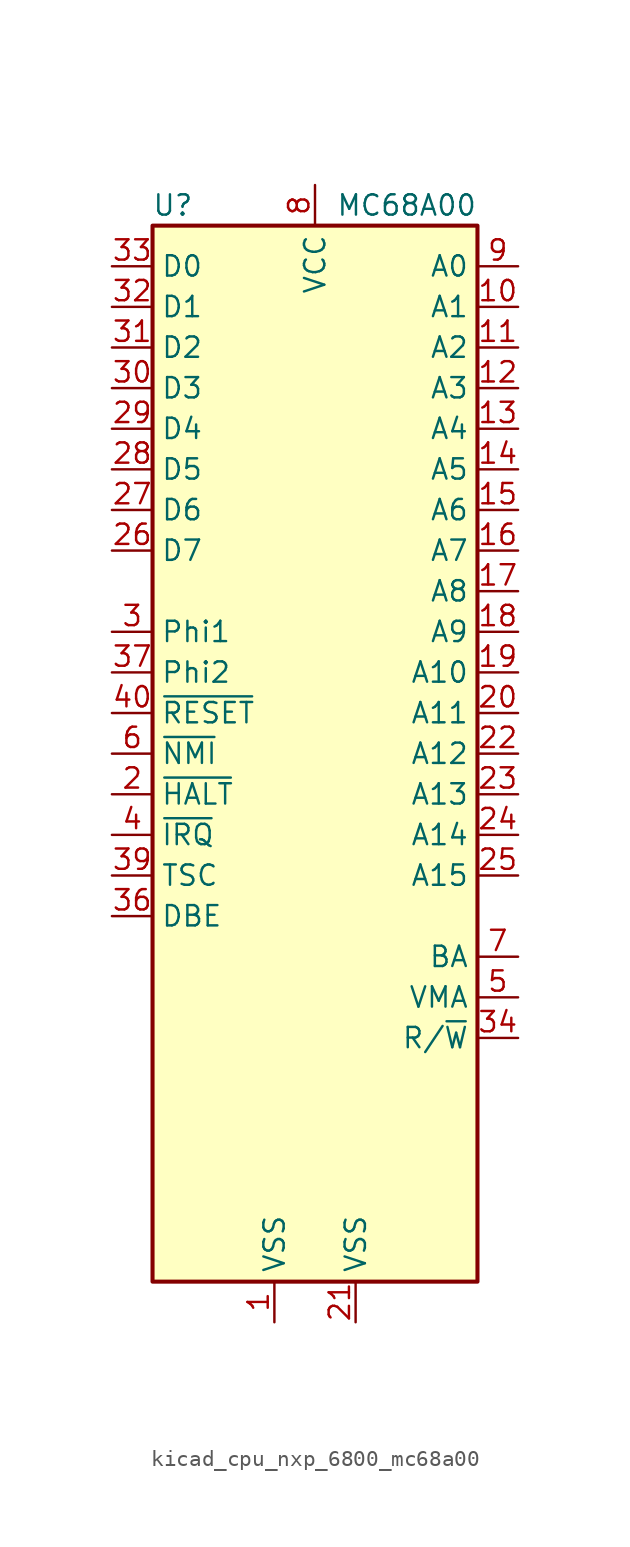
<source format=kicad_sym>
(kicad_symbol_lib
  (version 20220914)
  (generator kicad_symbol_editor)
  (symbol "kicad_cpu_nxp_6800_mc68a00"
    (property "Reference" "U"
      (at -8.89 34.29 0)
      (effects (font (size 1.27 1.27))))
    (property "Value" "MC68A00"
      (at 10.16 34.29 0)
      (effects (font (size 1.27 1.27)) (justify right)))
    (symbol "kicad_cpu_nxp_6800_mc68a00_0_1"
      (rectangle (start -10.16 -33.02) (end 10.16 33.02) (stroke (width 0.254) (type default)) (fill (type background))))
    (symbol "kicad_cpu_nxp_6800_mc68a00_1_1"
      (pin power_in line (at -2.54 -35.56 90) (length 2.54) (name "VSS" (effects (font (size 1.27 1.27)))) (number "1" (effects (font (size 1.27 1.27)))))
      (pin output line (at 12.7 27.94 180) (length 2.54) (name "A1" (effects (font (size 1.27 1.27)))) (number "10" (effects (font (size 1.27 1.27)))))
      (pin output line (at 12.7 25.4 180) (length 2.54) (name "A2" (effects (font (size 1.27 1.27)))) (number "11" (effects (font (size 1.27 1.27)))))
      (pin output line (at 12.7 22.86 180) (length 2.54) (name "A3" (effects (font (size 1.27 1.27)))) (number "12" (effects (font (size 1.27 1.27)))))
      (pin output line (at 12.7 20.32 180) (length 2.54) (name "A4" (effects (font (size 1.27 1.27)))) (number "13" (effects (font (size 1.27 1.27)))))
      (pin output line (at 12.7 17.78 180) (length 2.54) (name "A5" (effects (font (size 1.27 1.27)))) (number "14" (effects (font (size 1.27 1.27)))))
      (pin output line (at 12.7 15.24 180) (length 2.54) (name "A6" (effects (font (size 1.27 1.27)))) (number "15" (effects (font (size 1.27 1.27)))))
      (pin output line (at 12.7 12.7 180) (length 2.54) (name "A7" (effects (font (size 1.27 1.27)))) (number "16" (effects (font (size 1.27 1.27)))))
      (pin output line (at 12.7 10.16 180) (length 2.54) (name "A8" (effects (font (size 1.27 1.27)))) (number "17" (effects (font (size 1.27 1.27)))))
      (pin output line (at 12.7 7.62 180) (length 2.54) (name "A9" (effects (font (size 1.27 1.27)))) (number "18" (effects (font (size 1.27 1.27)))))
      (pin output line (at 12.7 5.08 180) (length 2.54) (name "A10" (effects (font (size 1.27 1.27)))) (number "19" (effects (font (size 1.27 1.27)))))
      (pin input line (at -12.7 -2.54 0) (length 2.54) (name "~{HALT}" (effects (font (size 1.27 1.27)))) (number "2" (effects (font (size 1.27 1.27)))))
      (pin output line (at 12.7 2.54 180) (length 2.54) (name "A11" (effects (font (size 1.27 1.27)))) (number "20" (effects (font (size 1.27 1.27)))))
      (pin power_in line (at 2.54 -35.56 90) (length 2.54) (name "VSS" (effects (font (size 1.27 1.27)))) (number "21" (effects (font (size 1.27 1.27)))))
      (pin output line (at 12.7 0 180) (length 2.54) (name "A12" (effects (font (size 1.27 1.27)))) (number "22" (effects (font (size 1.27 1.27)))))
      (pin output line (at 12.7 -2.54 180) (length 2.54) (name "A13" (effects (font (size 1.27 1.27)))) (number "23" (effects (font (size 1.27 1.27)))))
      (pin output line (at 12.7 -5.08 180) (length 2.54) (name "A14" (effects (font (size 1.27 1.27)))) (number "24" (effects (font (size 1.27 1.27)))))
      (pin output line (at 12.7 -7.62 180) (length 2.54) (name "A15" (effects (font (size 1.27 1.27)))) (number "25" (effects (font (size 1.27 1.27)))))
      (pin bidirectional line (at -12.7 12.7 0) (length 2.54) (name "D7" (effects (font (size 1.27 1.27)))) (number "26" (effects (font (size 1.27 1.27)))))
      (pin bidirectional line (at -12.7 15.24 0) (length 2.54) (name "D6" (effects (font (size 1.27 1.27)))) (number "27" (effects (font (size 1.27 1.27)))))
      (pin bidirectional line (at -12.7 17.78 0) (length 2.54) (name "D5" (effects (font (size 1.27 1.27)))) (number "28" (effects (font (size 1.27 1.27)))))
      (pin bidirectional line (at -12.7 20.32 0) (length 2.54) (name "D4" (effects (font (size 1.27 1.27)))) (number "29" (effects (font (size 1.27 1.27)))))
      (pin input line (at -12.7 7.62 0) (length 2.54) (name "Phi1" (effects (font (size 1.27 1.27)))) (number "3" (effects (font (size 1.27 1.27)))))
      (pin bidirectional line (at -12.7 22.86 0) (length 2.54) (name "D3" (effects (font (size 1.27 1.27)))) (number "30" (effects (font (size 1.27 1.27)))))
      (pin bidirectional line (at -12.7 25.4 0) (length 2.54) (name "D2" (effects (font (size 1.27 1.27)))) (number "31" (effects (font (size 1.27 1.27)))))
      (pin bidirectional line (at -12.7 27.94 0) (length 2.54) (name "D1" (effects (font (size 1.27 1.27)))) (number "32" (effects (font (size 1.27 1.27)))))
      (pin bidirectional line (at -12.7 30.48 0) (length 2.54) (name "D0" (effects (font (size 1.27 1.27)))) (number "33" (effects (font (size 1.27 1.27)))))
      (pin output line (at 12.7 -17.78 180) (length 2.54) (name "R/~{W}" (effects (font (size 1.27 1.27)))) (number "34" (effects (font (size 1.27 1.27)))))
      (pin no_connect line (at -10.16 -25.4 0) (length 2.54) hide (name "N.C." (effects (font (size 1.27 1.27)))) (number "35" (effects (font (size 1.27 1.27)))))
      (pin input line (at -12.7 -10.16 0) (length 2.54) (name "DBE" (effects (font (size 1.27 1.27)))) (number "36" (effects (font (size 1.27 1.27)))))
      (pin input line (at -12.7 5.08 0) (length 2.54) (name "Phi2" (effects (font (size 1.27 1.27)))) (number "37" (effects (font (size 1.27 1.27)))))
      (pin no_connect line (at -10.16 -22.86 0) (length 2.54) hide (name "N.C." (effects (font (size 1.27 1.27)))) (number "38" (effects (font (size 1.27 1.27)))))
      (pin input line (at -12.7 -7.62 0) (length 2.54) (name "TSC" (effects (font (size 1.27 1.27)))) (number "39" (effects (font (size 1.27 1.27)))))
      (pin input line (at -12.7 -5.08 0) (length 2.54) (name "~{IRQ}" (effects (font (size 1.27 1.27)))) (number "4" (effects (font (size 1.27 1.27)))))
      (pin input line (at -12.7 2.54 0) (length 2.54) (name "~{RESET}" (effects (font (size 1.27 1.27)))) (number "40" (effects (font (size 1.27 1.27)))))
      (pin output line (at 12.7 -15.24 180) (length 2.54) (name "VMA" (effects (font (size 1.27 1.27)))) (number "5" (effects (font (size 1.27 1.27)))))
      (pin input line (at -12.7 0 0) (length 2.54) (name "~{NMI}" (effects (font (size 1.27 1.27)))) (number "6" (effects (font (size 1.27 1.27)))))
      (pin output line (at 12.7 -12.7 180) (length 2.54) (name "BA" (effects (font (size 1.27 1.27)))) (number "7" (effects (font (size 1.27 1.27)))))
      (pin power_in line (at 0 35.56 270) (length 2.54) (name "VCC" (effects (font (size 1.27 1.27)))) (number "8" (effects (font (size 1.27 1.27)))))
      (pin output line (at 12.7 30.48 180) (length 2.54) (name "A0" (effects (font (size 1.27 1.27)))) (number "9" (effects (font (size 1.27 1.27))))))))
</source>
